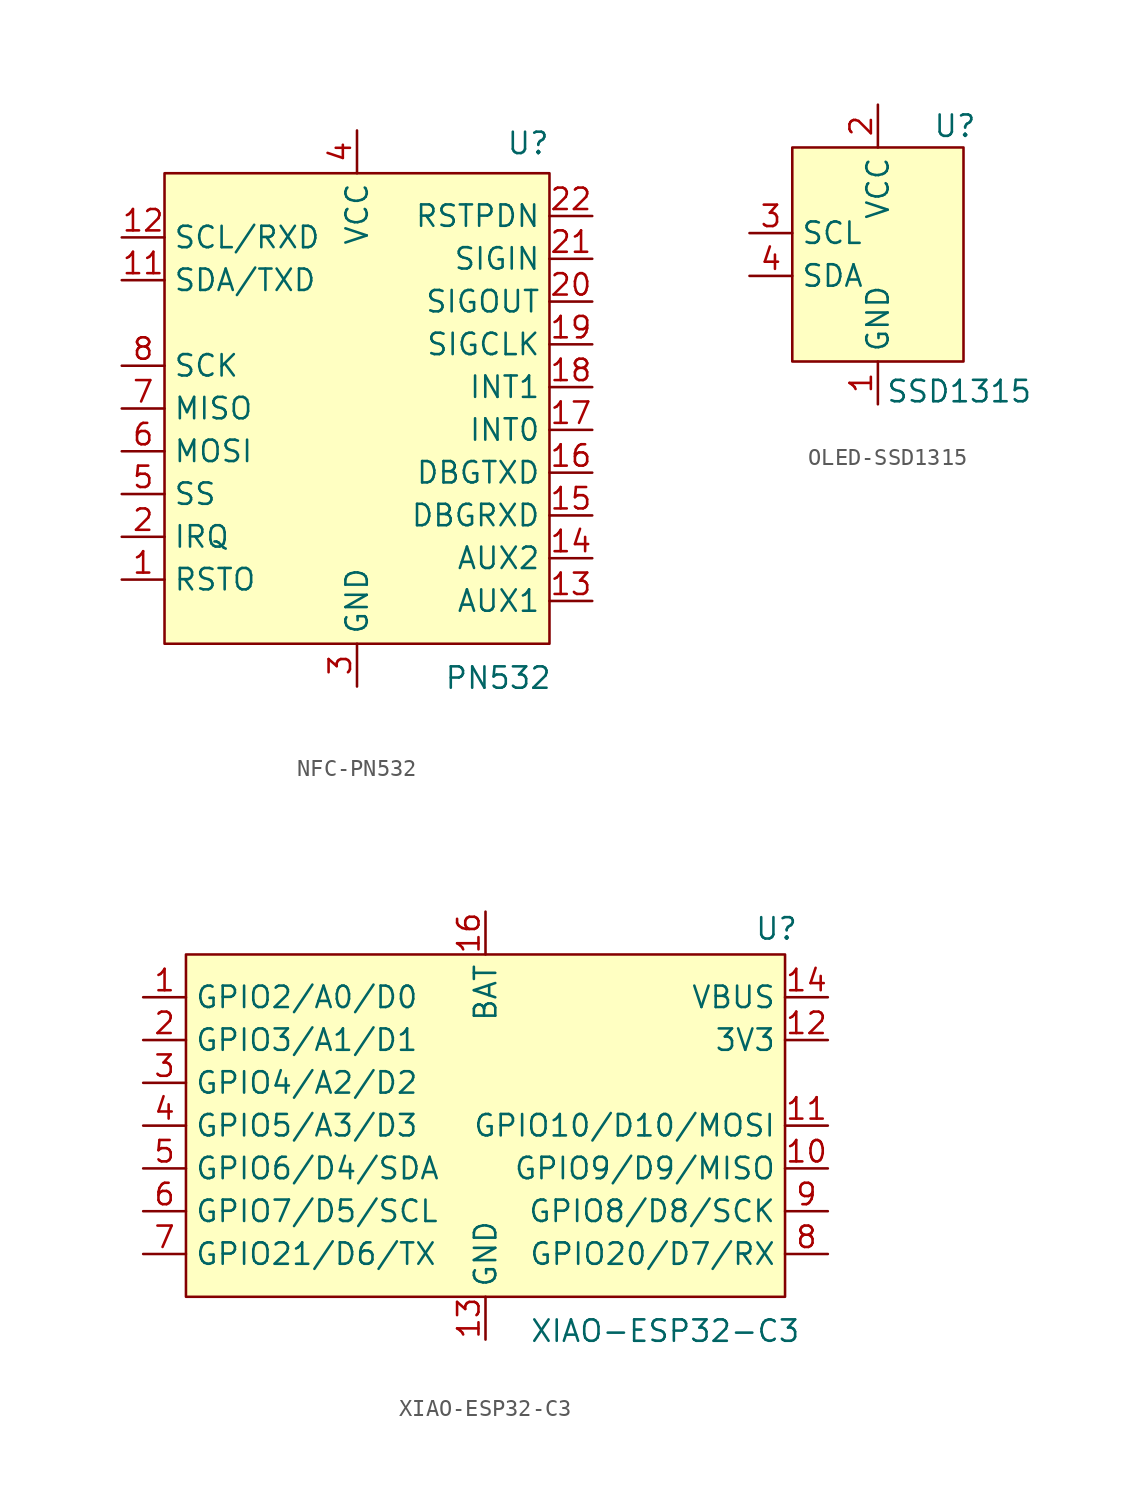
<source format=kicad_sym>
(kicad_symbol_lib
  (version 20241209)
  (generator "kicad_symbol_editor")
  (generator_version "9.0")
  (symbol "NFC-PN532"
    (property "Reference" "U"
      (at 10.16 15.748 0)
      (effects (font (size 1.27 1.27))))
    (property "Value" "PN532"
      (at 8.382 -16.002 0)
      (effects (font (size 1.27 1.27))))
    (symbol "NFC-PN532_0_1"
      (rectangle (start -11.43 13.97) (end 11.43 -13.97) (stroke (width 0) (type default)) (fill (type background))))
    (symbol "NFC-PN532_1_1"
      (pin bidirectional line (at -13.97 10.16 0) (length 2.54) (name "SCL/RXD" (effects (font (size 1.27 1.27)))) (number "12" (effects (font (size 1.27 1.27)))))
      (pin bidirectional line (at -13.97 7.62 0) (length 2.54) (name "SDA/TXD" (effects (font (size 1.27 1.27)))) (number "11" (effects (font (size 1.27 1.27)))))
      (pin bidirectional line (at -13.97 2.54 0) (length 2.54) (name "SCK" (effects (font (size 1.27 1.27)))) (number "8" (effects (font (size 1.27 1.27)))))
      (pin bidirectional line (at -13.97 0 0) (length 2.54) (name "MISO" (effects (font (size 1.27 1.27)))) (number "7" (effects (font (size 1.27 1.27)))))
      (pin bidirectional line (at -13.97 -2.54 0) (length 2.54) (name "MOSI" (effects (font (size 1.27 1.27)))) (number "6" (effects (font (size 1.27 1.27)))))
      (pin bidirectional line (at -13.97 -5.08 0) (length 2.54) (name "SS" (effects (font (size 1.27 1.27)))) (number "5" (effects (font (size 1.27 1.27)))))
      (pin bidirectional line (at -13.97 -7.62 0) (length 2.54) (name "IRQ" (effects (font (size 1.27 1.27)))) (number "2" (effects (font (size 1.27 1.27)))))
      (pin bidirectional line (at -13.97 -10.16 0) (length 2.54) (name "RSTO" (effects (font (size 1.27 1.27)))) (number "1" (effects (font (size 1.27 1.27)))))
      (pin power_in line (at 0 16.51 270) (length 2.54) (hide yes) (name "VCC" (effects (font (size 1.27 1.27)))) (number "10" (effects (font (size 1.27 1.27)))))
      (pin power_in line (at 0 16.51 270) (length 2.54) (name "VCC" (effects (font (size 1.27 1.27)))) (number "4" (effects (font (size 1.27 1.27)))))
      (pin power_in line (at 0 -16.51 90) (length 2.54) (name "GND" (effects (font (size 1.27 1.27)))) (number "3" (effects (font (size 1.27 1.27)))))
      (pin power_in line (at 0 -16.51 90) (length 2.54) (hide yes) (name "GND" (effects (font (size 1.27 1.27)))) (number "9" (effects (font (size 1.27 1.27)))))
      (pin bidirectional line (at 13.97 11.43 180) (length 2.54) (name "RSTPDN" (effects (font (size 1.27 1.27)))) (number "22" (effects (font (size 1.27 1.27)))))
      (pin bidirectional line (at 13.97 8.89 180) (length 2.54) (name "SIGIN" (effects (font (size 1.27 1.27)))) (number "21" (effects (font (size 1.27 1.27)))))
      (pin bidirectional line (at 13.97 6.35 180) (length 2.54) (name "SIGOUT" (effects (font (size 1.27 1.27)))) (number "20" (effects (font (size 1.27 1.27)))))
      (pin bidirectional line (at 13.97 3.81 180) (length 2.54) (name "SIGCLK" (effects (font (size 1.27 1.27)))) (number "19" (effects (font (size 1.27 1.27)))))
      (pin bidirectional line (at 13.97 1.27 180) (length 2.54) (name "INT1" (effects (font (size 1.27 1.27)))) (number "18" (effects (font (size 1.27 1.27)))))
      (pin bidirectional line (at 13.97 -1.27 180) (length 2.54) (name "INT0" (effects (font (size 1.27 1.27)))) (number "17" (effects (font (size 1.27 1.27)))))
      (pin bidirectional line (at 13.97 -3.81 180) (length 2.54) (name "DBGTXD" (effects (font (size 1.27 1.27)))) (number "16" (effects (font (size 1.27 1.27)))))
      (pin bidirectional line (at 13.97 -6.35 180) (length 2.54) (name "DBGRXD" (effects (font (size 1.27 1.27)))) (number "15" (effects (font (size 1.27 1.27)))))
      (pin bidirectional line (at 13.97 -8.89 180) (length 2.54) (name "AUX2" (effects (font (size 1.27 1.27)))) (number "14" (effects (font (size 1.27 1.27)))))
      (pin bidirectional line (at 13.97 -11.43 180) (length 2.54) (name "AUX1" (effects (font (size 1.27 1.27)))) (number "13" (effects (font (size 1.27 1.27)))))))
  (symbol "OLED-SSD1315"
    (property "Reference" "U"
      (at 4.572 7.62 0)
      (effects (font (size 1.27 1.27))))
    (property "Value" "SSD1315"
      (at 4.826 -8.128 0)
      (effects (font (size 1.27 1.27))))
    (symbol "OLED-SSD1315_0_1"
      (rectangle (start -5.08 6.35) (end 5.08 -6.35) (stroke (width 0) (type default)) (fill (type background))))
    (symbol "OLED-SSD1315_1_1"
      (pin bidirectional line (at -7.62 1.27 0) (length 2.54) (name "SCL" (effects (font (size 1.27 1.27)))) (number "3" (effects (font (size 1.27 1.27)))))
      (pin bidirectional line (at -7.62 -1.27 0) (length 2.54) (name "SDA" (effects (font (size 1.27 1.27)))) (number "4" (effects (font (size 1.27 1.27)))))
      (pin power_in line (at 0 8.89 270) (length 2.54) (name "VCC" (effects (font (size 1.27 1.27)))) (number "2" (effects (font (size 1.27 1.27)))))
      (pin power_in line (at 0 -8.89 90) (length 2.54) (name "GND" (effects (font (size 1.27 1.27)))) (number "1" (effects (font (size 1.27 1.27)))))))
  (symbol "XIAO-ESP32-C3"
    (property "Reference" "U"
      (at 17.272 11.684 0)
      (effects (font (size 1.27 1.27))))
    (property "Value" "XIAO-ESP32-C3"
      (at 10.668 -12.192 0)
      (effects (font (size 1.27 1.27))))
    (symbol "XIAO-ESP32-C3_0_1"
      (rectangle (start -17.78 10.16) (end 17.78 -10.16) (stroke (width 0) (type default)) (fill (type background))))
    (symbol "XIAO-ESP32-C3_1_1"
      (pin bidirectional line (at -20.32 7.62 0) (length 2.54) (name "GPIO2/A0/D0" (effects (font (size 1.27 1.27)))) (number "1" (effects (font (size 1.27 1.27)))))
      (pin bidirectional line (at -20.32 5.08 0) (length 2.54) (name "GPIO3/A1/D1" (effects (font (size 1.27 1.27)))) (number "2" (effects (font (size 1.27 1.27)))))
      (pin bidirectional line (at -20.32 2.54 0) (length 2.54) (name "GPIO4/A2/D2" (effects (font (size 1.27 1.27)))) (number "3" (effects (font (size 1.27 1.27)))))
      (pin bidirectional line (at -20.32 0 0) (length 2.54) (name "GPIO5/A3/D3" (effects (font (size 1.27 1.27)))) (number "4" (effects (font (size 1.27 1.27)))))
      (pin bidirectional line (at -20.32 -2.54 0) (length 2.54) (name "GPIO6/D4/SDA" (effects (font (size 1.27 1.27)))) (number "5" (effects (font (size 1.27 1.27)))))
      (pin bidirectional line (at -20.32 -5.08 0) (length 2.54) (name "GPIO7/D5/SCL" (effects (font (size 1.27 1.27)))) (number "6" (effects (font (size 1.27 1.27)))))
      (pin bidirectional line (at -20.32 -7.62 0) (length 2.54) (name "GPIO21/D6/TX" (effects (font (size 1.27 1.27)))) (number "7" (effects (font (size 1.27 1.27)))))
      (pin power_in line (at 0 12.7 270) (length 2.54) (name "BAT" (effects (font (size 1.27 1.27)))) (number "16" (effects (font (size 1.27 1.27)))))
      (pin power_in line (at 0 -12.7 90) (length 2.54) (name "GND" (effects (font (size 1.27 1.27)))) (number "13" (effects (font (size 1.27 1.27)))))
      (pin input line (at 0 -12.7 90) (length 2.54) (hide yes) (name "GND" (effects (font (size 1.27 1.27)))) (number "15" (effects (font (size 1.27 1.27)))))
      (pin input line (at 0 -12.7 90) (length 2.54) (hide yes) (name "GND" (effects (font (size 1.27 1.27)))) (number "17" (effects (font (size 1.27 1.27)))))
      (pin power_out line (at 20.32 7.62 180) (length 2.54) (name "VBUS" (effects (font (size 1.27 1.27)))) (number "14" (effects (font (size 1.27 1.27)))))
      (pin power_out line (at 20.32 5.08 180) (length 2.54) (name "3V3" (effects (font (size 1.27 1.27)))) (number "12" (effects (font (size 1.27 1.27)))))
      (pin bidirectional line (at 20.32 0 180) (length 2.54) (name "GPIO10/D10/MOSI" (effects (font (size 1.27 1.27)))) (number "11" (effects (font (size 1.27 1.27)))))
      (pin bidirectional line (at 20.32 -2.54 180) (length 2.54) (name "GPIO9/D9/MISO" (effects (font (size 1.27 1.27)))) (number "10" (effects (font (size 1.27 1.27)))))
      (pin bidirectional line (at 20.32 -5.08 180) (length 2.54) (name "GPIO8/D8/SCK" (effects (font (size 1.27 1.27)))) (number "9" (effects (font (size 1.27 1.27)))))
      (pin bidirectional line (at 20.32 -7.62 180) (length 2.54) (name "GPIO20/D7/RX" (effects (font (size 1.27 1.27)))) (number "8" (effects (font (size 1.27 1.27))))))))
</source>
